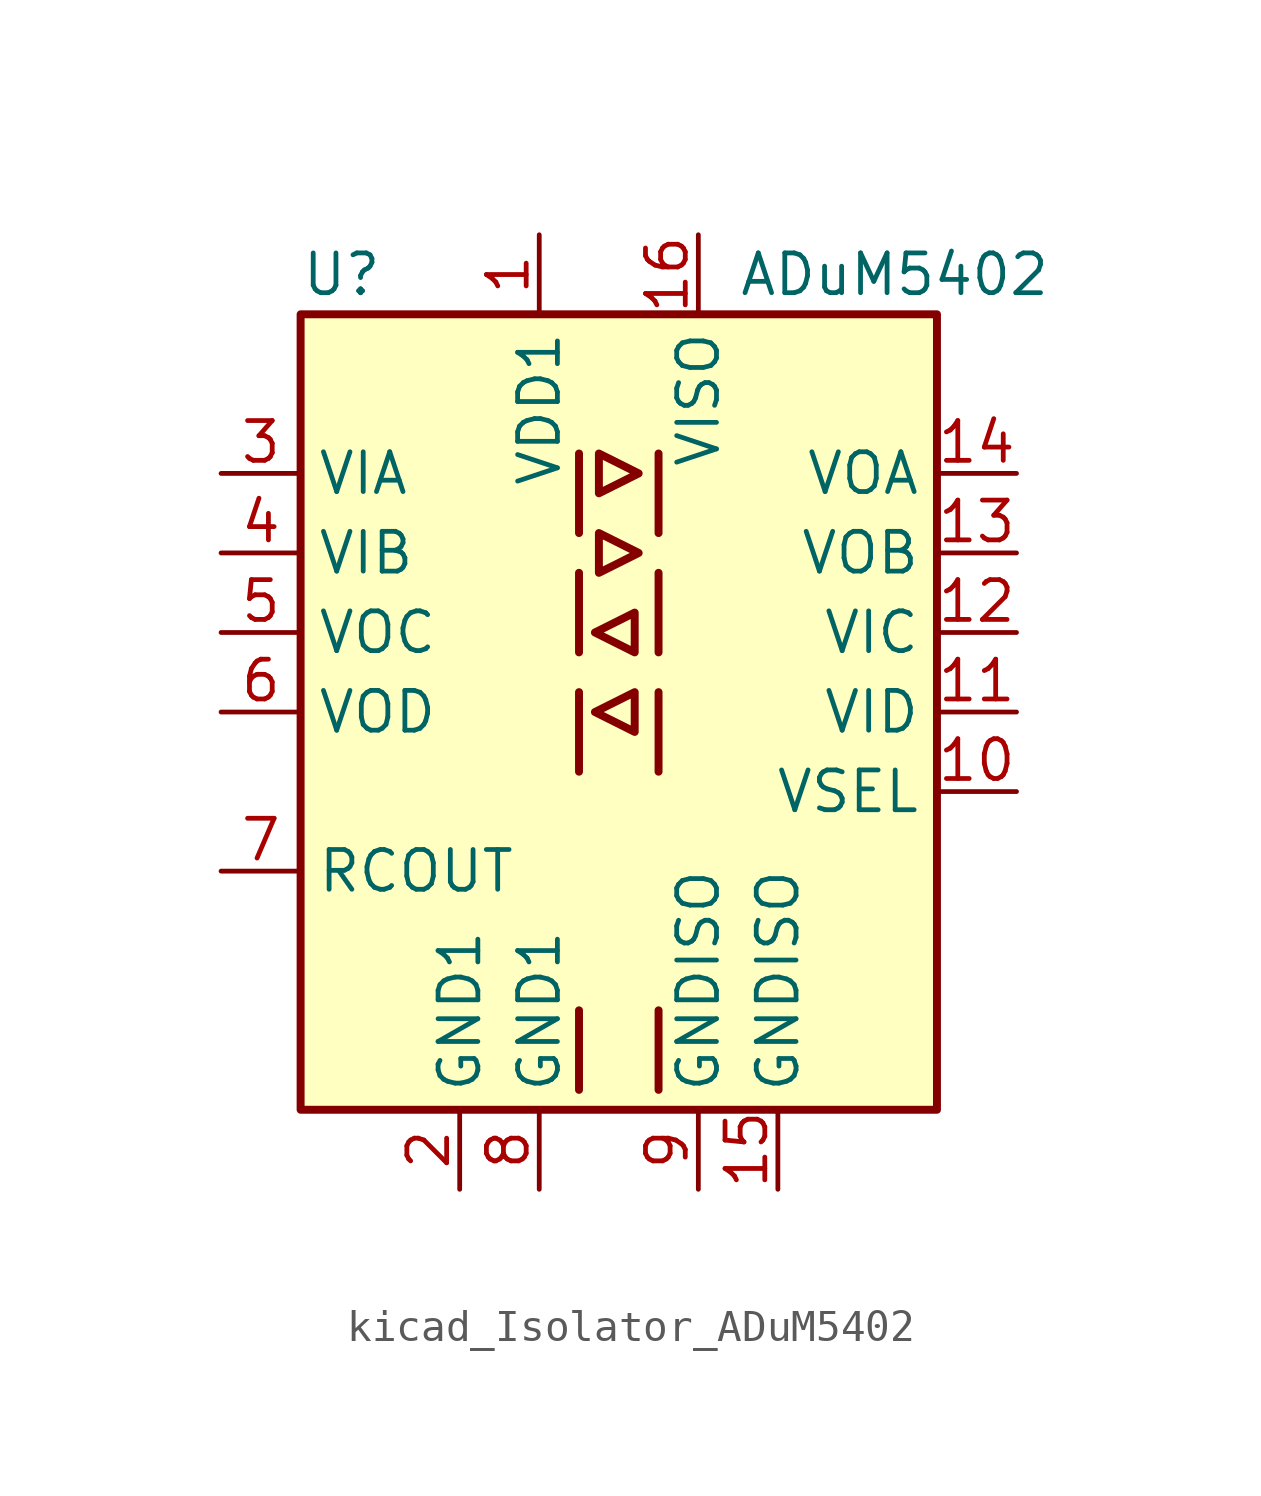
<source format=kicad_sym>
(kicad_symbol_lib
  (version 20220914)
  (generator kicad_symbol_editor)
  (symbol "kicad_Isolator_ADuM5402"
    (property "Reference" "U"
      (at -10.16 13.97 0)
      (effects (font (size 1.27 1.27)) (justify left)))
    (property "Value" "ADuM5402"
      (at 3.81 13.97 0)
      (effects (font (size 1.27 1.27)) (justify left)))
    (symbol "kicad_Isolator_ADuM5402_0_1"
      (rectangle (start -10.16 12.7) (end 10.16 -12.7) (stroke (width 0.254) (type default)) (fill (type background)))
      (polyline (pts (xy -1.27 -9.525) (xy -1.27 -12.065)) (stroke (width 0.254) (type default)) (fill (type none)))
      (polyline (pts (xy -1.27 0.635) (xy -1.27 -1.905)) (stroke (width 0.254) (type default)) (fill (type none)))
      (polyline (pts (xy -1.27 4.445) (xy -1.27 1.905)) (stroke (width 0.254) (type default)) (fill (type none)))
      (polyline (pts (xy -1.27 8.255) (xy -1.27 5.715)) (stroke (width 0.254) (type default)) (fill (type none)))
      (polyline (pts (xy 1.27 -9.525) (xy 1.27 -12.065)) (stroke (width 0.254) (type default)) (fill (type none)))
      (polyline (pts (xy 1.27 0.635) (xy 1.27 -1.905)) (stroke (width 0.254) (type default)) (fill (type none)))
      (polyline (pts (xy 1.27 4.445) (xy 1.27 1.905)) (stroke (width 0.254) (type default)) (fill (type none)))
      (polyline (pts (xy 1.27 8.255) (xy 1.27 5.715)) (stroke (width 0.254) (type default)) (fill (type none)))
      (polyline (pts (xy -0.635 5.715) (xy -0.635 4.445) (xy 0.635 5.08) (xy -0.635 5.715)) (stroke (width 0.254) (type default)) (fill (type none)))
      (polyline (pts (xy -0.635 6.985) (xy 0.635 7.62) (xy -0.635 8.255) (xy -0.635 6.985)) (stroke (width 0.254) (type default)) (fill (type none)))
      (polyline (pts (xy 0.508 0.635) (xy 0.508 -0.635) (xy -0.762 0) (xy 0.508 0.635)) (stroke (width 0.254) (type default)) (fill (type none)))
      (polyline (pts (xy 0.508 1.905) (xy -0.762 2.54) (xy 0.508 3.175) (xy 0.508 1.905)) (stroke (width 0.254) (type default)) (fill (type none))))
    (symbol "kicad_Isolator_ADuM5402_1_1"
      (pin power_in line (at -2.54 15.24 270) (length 2.54) (name "VDD1" (effects (font (size 1.27 1.27)))) (number "1" (effects (font (size 1.27 1.27)))))
      (pin input line (at 12.7 -2.54 180) (length 2.54) (name "VSEL" (effects (font (size 1.27 1.27)))) (number "10" (effects (font (size 1.27 1.27)))))
      (pin input line (at 12.7 0 180) (length 2.54) (name "VID" (effects (font (size 1.27 1.27)))) (number "11" (effects (font (size 1.27 1.27)))))
      (pin input line (at 12.7 2.54 180) (length 2.54) (name "VIC" (effects (font (size 1.27 1.27)))) (number "12" (effects (font (size 1.27 1.27)))))
      (pin output line (at 12.7 5.08 180) (length 2.54) (name "VOB" (effects (font (size 1.27 1.27)))) (number "13" (effects (font (size 1.27 1.27)))))
      (pin output line (at 12.7 7.62 180) (length 2.54) (name "VOA" (effects (font (size 1.27 1.27)))) (number "14" (effects (font (size 1.27 1.27)))))
      (pin power_in line (at 5.08 -15.24 90) (length 2.54) (name "GNDISO" (effects (font (size 1.27 1.27)))) (number "15" (effects (font (size 1.27 1.27)))))
      (pin power_in line (at 2.54 15.24 270) (length 2.54) (name "VISO" (effects (font (size 1.27 1.27)))) (number "16" (effects (font (size 1.27 1.27)))))
      (pin power_in line (at -5.08 -15.24 90) (length 2.54) (name "GND1" (effects (font (size 1.27 1.27)))) (number "2" (effects (font (size 1.27 1.27)))))
      (pin input line (at -12.7 7.62 0) (length 2.54) (name "VIA" (effects (font (size 1.27 1.27)))) (number "3" (effects (font (size 1.27 1.27)))))
      (pin input line (at -12.7 5.08 0) (length 2.54) (name "VIB" (effects (font (size 1.27 1.27)))) (number "4" (effects (font (size 1.27 1.27)))))
      (pin output line (at -12.7 2.54 0) (length 2.54) (name "VOC" (effects (font (size 1.27 1.27)))) (number "5" (effects (font (size 1.27 1.27)))))
      (pin output line (at -12.7 0 0) (length 2.54) (name "VOD" (effects (font (size 1.27 1.27)))) (number "6" (effects (font (size 1.27 1.27)))))
      (pin output line (at -12.7 -5.08 0) (length 2.54) (name "RCOUT" (effects (font (size 1.27 1.27)))) (number "7" (effects (font (size 1.27 1.27)))))
      (pin power_in line (at -2.54 -15.24 90) (length 2.54) (name "GND1" (effects (font (size 1.27 1.27)))) (number "8" (effects (font (size 1.27 1.27)))))
      (pin power_in line (at 2.54 -15.24 90) (length 2.54) (name "GNDISO" (effects (font (size 1.27 1.27)))) (number "9" (effects (font (size 1.27 1.27))))))))
</source>
